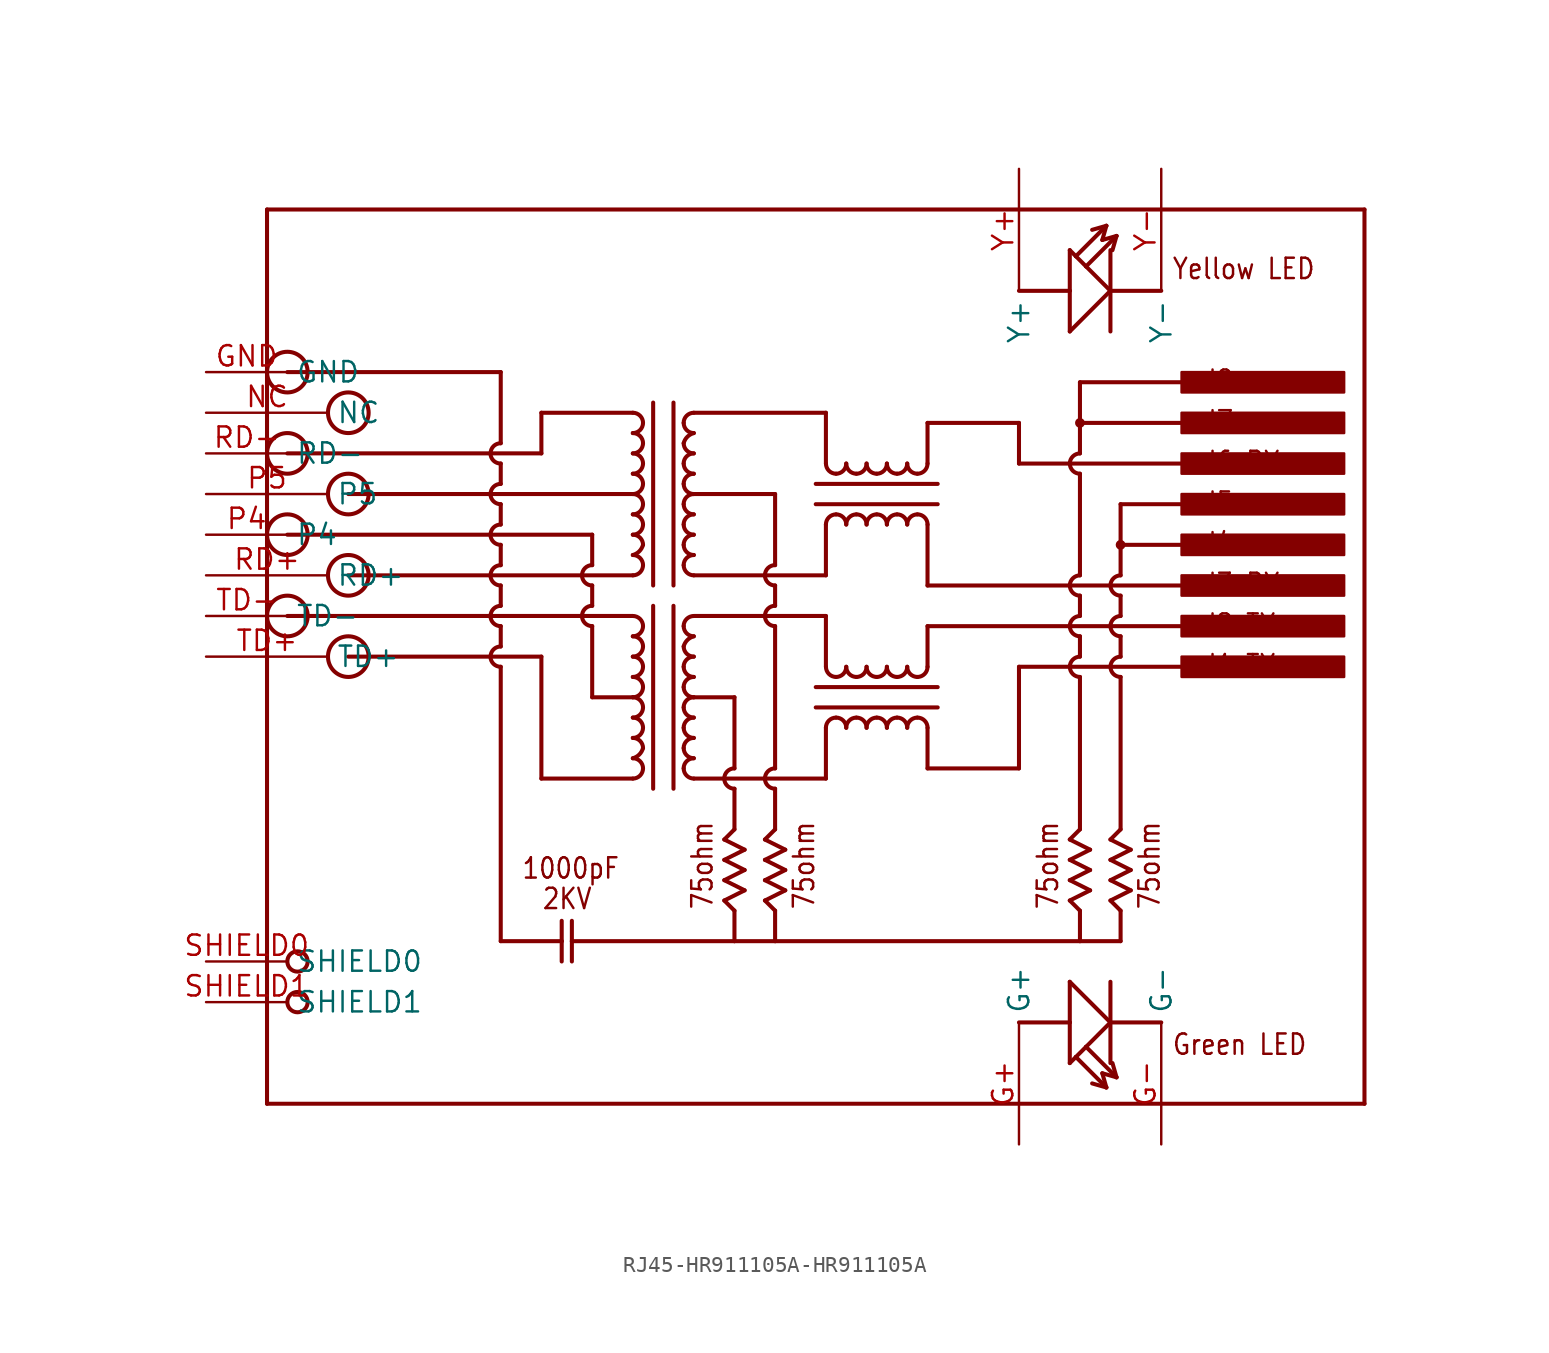
<source format=kicad_sym>
(kicad_symbol_lib
  (version 20220914)
  (generator kicad_symbol_editor)
  (symbol "RJ45-HR911105A-HR911105A"
    (property "Reference" "J"
      (at -38.1 24.13 0)
      (effects (font (size 1.778 1.511)) (justify left bottom) hide))
    (property "ki_locked" ""
      (at 0 0 0)
      (effects (font (size 1.27 1.27))))
    (symbol "RJ45-HR911105A-HR911105A_1_0"
      (circle (center -36.83 -1.27) (radius 1.27) (stroke (width 0.254) (type solid)) (fill (type none)))
      (circle (center -36.83 3.81) (radius 1.27) (stroke (width 0.254) (type solid)) (fill (type none)))
      (circle (center -36.83 8.89) (radius 1.27) (stroke (width 0.254) (type solid)) (fill (type none)))
      (circle (center -36.83 13.97) (radius 1.27) (stroke (width 0.254) (type solid)) (fill (type none)))
      (circle (center -36.195 -25.4) (radius 0.635) (stroke (width 0.254) (type solid)) (fill (type none)))
      (circle (center -36.195 -22.86) (radius 0.635) (stroke (width 0.254) (type solid)) (fill (type none)))
      (circle (center -33.02 -3.81) (radius 1.27) (stroke (width 0.254) (type solid)) (fill (type none)))
      (circle (center -33.02 1.27) (radius 1.27) (stroke (width 0.254) (type solid)) (fill (type none)))
      (circle (center -33.02 6.35) (radius 1.27) (stroke (width 0.254) (type solid)) (fill (type none)))
      (circle (center -33.02 11.43) (radius 1.27) (stroke (width 0.254) (type solid)) (fill (type none)))
      (arc (start -24.13 -3.81) (mid -23.944 -4.259) (end -23.495 -4.445) (stroke (width 0.254) (type solid)) (fill (type none)))
      (arc (start -24.13 -1.27) (mid -23.944 -1.719) (end -23.495 -1.905) (stroke (width 0.254) (type solid)) (fill (type none)))
      (arc (start -24.13 1.27) (mid -23.944 0.821) (end -23.495 0.635) (stroke (width 0.254) (type solid)) (fill (type none)))
      (arc (start -24.13 3.81) (mid -23.944 3.361) (end -23.495 3.175) (stroke (width 0.254) (type solid)) (fill (type none)))
      (arc (start -24.13 6.35) (mid -23.944 5.901) (end -23.495 5.715) (stroke (width 0.254) (type solid)) (fill (type none)))
      (arc (start -24.13 8.89) (mid -23.944 8.441) (end -23.495 8.255) (stroke (width 0.254) (type solid)) (fill (type none)))
      (arc (start -23.495 -3.175) (mid -23.944 -3.361) (end -24.13 -3.81) (stroke (width 0.254) (type solid)) (fill (type none)))
      (arc (start -23.495 -0.635) (mid -23.944 -0.821) (end -24.13 -1.27) (stroke (width 0.254) (type solid)) (fill (type none)))
      (arc (start -23.495 1.905) (mid -23.944 1.719) (end -24.13 1.27) (stroke (width 0.254) (type solid)) (fill (type none)))
      (arc (start -23.495 4.445) (mid -23.944 4.259) (end -24.13 3.81) (stroke (width 0.254) (type solid)) (fill (type none)))
      (arc (start -23.495 6.985) (mid -23.944 6.799) (end -24.13 6.35) (stroke (width 0.254) (type solid)) (fill (type none)))
      (arc (start -23.495 9.525) (mid -23.944 9.339) (end -24.13 8.89) (stroke (width 0.254) (type solid)) (fill (type none)))
      (arc (start -18.415 -1.27) (mid -18.229 -1.719) (end -17.78 -1.905) (stroke (width 0.254) (type solid)) (fill (type none)))
      (arc (start -18.415 1.27) (mid -18.229 0.821) (end -17.78 0.635) (stroke (width 0.254) (type solid)) (fill (type none)))
      (arc (start -17.78 -0.635) (mid -18.229 -0.821) (end -18.415 -1.27) (stroke (width 0.254) (type solid)) (fill (type none)))
      (arc (start -17.78 1.905) (mid -18.229 1.719) (end -18.415 1.27) (stroke (width 0.254) (type solid)) (fill (type none)))
      (arc (start -15.24 -11.43) (mid -14.791 -11.244) (end -14.605 -10.795) (stroke (width 0.254) (type solid)) (fill (type none)))
      (arc (start -15.24 -10.16) (mid -14.8374 -9.9276) (end -14.6049 -9.5251) (stroke (width 0.254) (type solid)) (fill (type none)))
      (arc (start -15.24 -8.89) (mid -14.791 -8.704) (end -14.605 -8.255) (stroke (width 0.254) (type solid)) (fill (type none)))
      (arc (start -15.24 -7.62) (mid -14.791 -7.434) (end -14.605 -6.985) (stroke (width 0.254) (type solid)) (fill (type none)))
      (arc (start -15.24 -6.35) (mid -14.791 -6.164) (end -14.605 -5.715) (stroke (width 0.254) (type solid)) (fill (type none)))
      (arc (start -15.24 -5.08) (mid -14.791 -4.894) (end -14.605 -4.445) (stroke (width 0.254) (type solid)) (fill (type none)))
      (arc (start -15.24 -3.81) (mid -14.791 -3.624) (end -14.605 -3.175) (stroke (width 0.254) (type solid)) (fill (type none)))
      (arc (start -15.24 -2.54) (mid -14.791 -2.354) (end -14.605 -1.905) (stroke (width 0.254) (type solid)) (fill (type none)))
      (arc (start -15.24 1.27) (mid -14.791 1.456) (end -14.605 1.905) (stroke (width 0.254) (type solid)) (fill (type none)))
      (arc (start -15.24 2.54) (mid -14.8374 2.7724) (end -14.605 3.1749) (stroke (width 0.254) (type solid)) (fill (type none)))
      (arc (start -15.24 3.81) (mid -14.791 3.996) (end -14.605 4.445) (stroke (width 0.254) (type solid)) (fill (type none)))
      (arc (start -15.24 5.08) (mid -14.791 5.266) (end -14.605 5.715) (stroke (width 0.254) (type solid)) (fill (type none)))
      (arc (start -15.24 6.35) (mid -14.791 6.536) (end -14.605 6.985) (stroke (width 0.254) (type solid)) (fill (type none)))
      (arc (start -15.24 7.62) (mid -14.791 7.806) (end -14.605 8.255) (stroke (width 0.254) (type solid)) (fill (type none)))
      (arc (start -15.24 8.89) (mid -14.791 9.076) (end -14.605 9.525) (stroke (width 0.254) (type solid)) (fill (type none)))
      (arc (start -15.24 10.16) (mid -14.791 10.346) (end -14.605 10.795) (stroke (width 0.254) (type solid)) (fill (type none)))
      (arc (start -14.605 -10.795) (mid -14.791 -10.346) (end -15.24 -10.16) (stroke (width 0.254) (type solid)) (fill (type none)))
      (arc (start -14.605 -9.525) (mid -14.791 -9.076) (end -15.24 -8.89) (stroke (width 0.254) (type solid)) (fill (type none)))
      (arc (start -14.605 -8.255) (mid -14.791 -7.806) (end -15.24 -7.62) (stroke (width 0.254) (type solid)) (fill (type none)))
      (arc (start -14.605 -6.985) (mid -14.791 -6.536) (end -15.24 -6.35) (stroke (width 0.254) (type solid)) (fill (type none)))
      (arc (start -14.605 -5.715) (mid -14.791 -5.266) (end -15.24 -5.08) (stroke (width 0.254) (type solid)) (fill (type none)))
      (arc (start -14.605 -4.445) (mid -14.791 -3.996) (end -15.24 -3.81) (stroke (width 0.254) (type solid)) (fill (type none)))
      (arc (start -14.605 -3.175) (mid -14.791 -2.726) (end -15.24 -2.54) (stroke (width 0.254) (type solid)) (fill (type none)))
      (arc (start -14.605 -1.905) (mid -14.791 -1.456) (end -15.24 -1.27) (stroke (width 0.254) (type solid)) (fill (type none)))
      (arc (start -14.605 1.905) (mid -14.791 2.354) (end -15.24 2.54) (stroke (width 0.254) (type solid)) (fill (type none)))
      (arc (start -14.605 3.175) (mid -14.791 3.624) (end -15.24 3.81) (stroke (width 0.254) (type solid)) (fill (type none)))
      (arc (start -14.605 4.445) (mid -14.791 4.894) (end -15.24 5.08) (stroke (width 0.254) (type solid)) (fill (type none)))
      (arc (start -14.605 5.715) (mid -14.791 6.164) (end -15.24 6.35) (stroke (width 0.254) (type solid)) (fill (type none)))
      (arc (start -14.605 6.985) (mid -14.791 7.434) (end -15.24 7.62) (stroke (width 0.254) (type solid)) (fill (type none)))
      (arc (start -14.605 8.255) (mid -14.791 8.704) (end -15.24 8.89) (stroke (width 0.254) (type solid)) (fill (type none)))
      (arc (start -14.605 9.525) (mid -14.791 9.974) (end -15.24 10.16) (stroke (width 0.254) (type solid)) (fill (type none)))
      (arc (start -14.605 10.795) (mid -14.791 11.244) (end -15.24 11.43) (stroke (width 0.254) (type solid)) (fill (type none)))
      (arc (start -12.065 -10.795) (mid -11.879 -11.244) (end -11.43 -11.43) (stroke (width 0.254) (type solid)) (fill (type none)))
      (arc (start -12.065 -9.525) (mid -11.879 -9.974) (end -11.43 -10.16) (stroke (width 0.254) (type solid)) (fill (type none)))
      (arc (start -12.065 -8.255) (mid -11.879 -8.704) (end -11.43 -8.89) (stroke (width 0.254) (type solid)) (fill (type none)))
      (arc (start -12.065 -6.985) (mid -11.879 -7.434) (end -11.43 -7.62) (stroke (width 0.254) (type solid)) (fill (type none)))
      (arc (start -12.065 -5.715) (mid -11.879 -6.164) (end -11.43 -6.35) (stroke (width 0.254) (type solid)) (fill (type none)))
      (arc (start -12.065 -4.445) (mid -11.879 -4.894) (end -11.43 -5.08) (stroke (width 0.254) (type solid)) (fill (type none)))
      (arc (start -12.065 -3.175) (mid -11.879 -3.624) (end -11.43 -3.81) (stroke (width 0.254) (type solid)) (fill (type none)))
      (arc (start -12.065 -1.905) (mid -11.879 -2.354) (end -11.43 -2.54) (stroke (width 0.254) (type solid)) (fill (type none)))
      (arc (start -12.065 1.905) (mid -11.879 1.456) (end -11.43 1.27) (stroke (width 0.254) (type solid)) (fill (type none)))
      (arc (start -12.065 3.175) (mid -11.879 2.726) (end -11.43 2.54) (stroke (width 0.254) (type solid)) (fill (type none)))
      (arc (start -12.065 4.445) (mid -11.879 3.996) (end -11.43 3.81) (stroke (width 0.254) (type solid)) (fill (type none)))
      (arc (start -12.065 5.715) (mid -11.879 5.266) (end -11.43 5.08) (stroke (width 0.254) (type solid)) (fill (type none)))
      (arc (start -12.065 6.985) (mid -11.879 6.536) (end -11.43 6.35) (stroke (width 0.254) (type solid)) (fill (type none)))
      (arc (start -12.065 8.255) (mid -11.879 7.806) (end -11.43 7.62) (stroke (width 0.254) (type solid)) (fill (type none)))
      (arc (start -12.065 9.525) (mid -11.879 9.076) (end -11.43 8.89) (stroke (width 0.254) (type solid)) (fill (type none)))
      (arc (start -12.065 10.795) (mid -11.879 10.346) (end -11.43 10.16) (stroke (width 0.254) (type solid)) (fill (type none)))
      (arc (start -11.43 -10.16) (mid -11.879 -10.346) (end -12.065 -10.795) (stroke (width 0.254) (type solid)) (fill (type none)))
      (arc (start -11.43 -8.89) (mid -11.879 -9.076) (end -12.065 -9.525) (stroke (width 0.254) (type solid)) (fill (type none)))
      (arc (start -11.43 -7.62) (mid -11.879 -7.806) (end -12.065 -8.255) (stroke (width 0.254) (type solid)) (fill (type none)))
      (arc (start -11.43 -6.35) (mid -11.879 -6.536) (end -12.065 -6.985) (stroke (width 0.254) (type solid)) (fill (type none)))
      (arc (start -11.43 -5.08) (mid -11.879 -5.266) (end -12.065 -5.715) (stroke (width 0.254) (type solid)) (fill (type none)))
      (arc (start -11.43 -3.81) (mid -11.879 -3.996) (end -12.065 -4.445) (stroke (width 0.254) (type solid)) (fill (type none)))
      (arc (start -11.43 -2.54) (mid -11.8325 -2.7724) (end -12.0649 -3.1749) (stroke (width 0.254) (type solid)) (fill (type none)))
      (arc (start -11.43 -1.27) (mid -11.879 -1.456) (end -12.065 -1.905) (stroke (width 0.254) (type solid)) (fill (type none)))
      (arc (start -11.43 2.54) (mid -11.879 2.354) (end -12.065 1.905) (stroke (width 0.254) (type solid)) (fill (type none)))
      (arc (start -11.43 3.81) (mid -11.879 3.624) (end -12.065 3.175) (stroke (width 0.254) (type solid)) (fill (type none)))
      (arc (start -11.43 5.08) (mid -11.879 4.894) (end -12.065 4.445) (stroke (width 0.254) (type solid)) (fill (type none)))
      (arc (start -11.43 6.35) (mid -11.879 6.164) (end -12.065 5.715) (stroke (width 0.254) (type solid)) (fill (type none)))
      (arc (start -11.43 7.62) (mid -11.879 7.434) (end -12.065 6.985) (stroke (width 0.254) (type solid)) (fill (type none)))
      (arc (start -11.43 8.89) (mid -11.879 8.704) (end -12.065 8.255) (stroke (width 0.254) (type solid)) (fill (type none)))
      (arc (start -11.43 10.16) (mid -11.8326 9.9276) (end -12.065 9.525) (stroke (width 0.254) (type solid)) (fill (type none)))
      (arc (start -11.43 11.43) (mid -11.879 11.244) (end -12.065 10.795) (stroke (width 0.254) (type solid)) (fill (type none)))
      (arc (start -9.525 -11.43) (mid -9.339 -11.879) (end -8.89 -12.065) (stroke (width 0.254) (type solid)) (fill (type none)))
      (arc (start -8.89 -10.795) (mid -9.339 -10.981) (end -9.525 -11.43) (stroke (width 0.254) (type solid)) (fill (type none)))
      (arc (start -6.985 -11.43) (mid -6.799 -11.879) (end -6.35 -12.065) (stroke (width 0.254) (type solid)) (fill (type none)))
      (arc (start -6.985 -1.27) (mid -6.799 -1.719) (end -6.35 -1.905) (stroke (width 0.254) (type solid)) (fill (type none)))
      (arc (start -6.985 1.27) (mid -6.799 0.821) (end -6.35 0.635) (stroke (width 0.254) (type solid)) (fill (type none)))
      (arc (start -6.35 -10.795) (mid -6.799 -10.981) (end -6.985 -11.43) (stroke (width 0.254) (type solid)) (fill (type none)))
      (arc (start -6.35 -0.635) (mid -6.799 -0.821) (end -6.985 -1.27) (stroke (width 0.254) (type solid)) (fill (type none)))
      (arc (start -6.35 1.905) (mid -6.799 1.719) (end -6.985 1.27) (stroke (width 0.254) (type solid)) (fill (type none)))
      (arc (start -3.175 -4.445) (mid -2.989 -4.894) (end -2.54 -5.08) (stroke (width 0.254) (type solid)) (fill (type none)))
      (arc (start -3.175 8.255) (mid -2.989 7.806) (end -2.54 7.62) (stroke (width 0.254) (type solid)) (fill (type none)))
      (arc (start -2.54 -7.62) (mid -2.989 -7.806) (end -3.175 -8.255) (stroke (width 0.254) (type solid)) (fill (type none)))
      (arc (start -2.54 -5.08) (mid -2.091 -4.894) (end -1.905 -4.445) (stroke (width 0.254) (type solid)) (fill (type none)))
      (arc (start -2.54 5.08) (mid -2.989 4.894) (end -3.175 4.445) (stroke (width 0.254) (type solid)) (fill (type none)))
      (arc (start -2.54 7.62) (mid -2.091 7.806) (end -1.905 8.255) (stroke (width 0.254) (type solid)) (fill (type none)))
      (arc (start -1.905 -8.255) (mid -2.091 -7.806) (end -2.54 -7.62) (stroke (width 0.254) (type solid)) (fill (type none)))
      (arc (start -1.905 -4.445) (mid -1.719 -4.894) (end -1.27 -5.08) (stroke (width 0.254) (type solid)) (fill (type none)))
      (arc (start -1.905 4.445) (mid -2.091 4.894) (end -2.54 5.08) (stroke (width 0.254) (type solid)) (fill (type none)))
      (arc (start -1.905 8.255) (mid -1.719 7.806) (end -1.27 7.62) (stroke (width 0.254) (type solid)) (fill (type none)))
      (arc (start -1.27 -7.62) (mid -1.719 -7.806) (end -1.905 -8.255) (stroke (width 0.254) (type solid)) (fill (type none)))
      (arc (start -1.27 -5.08) (mid -0.821 -4.894) (end -0.635 -4.445) (stroke (width 0.254) (type solid)) (fill (type none)))
      (arc (start -1.27 5.08) (mid -1.719 4.894) (end -1.905 4.445) (stroke (width 0.254) (type solid)) (fill (type none)))
      (arc (start -1.27 7.62) (mid -0.821 7.806) (end -0.635 8.255) (stroke (width 0.254) (type solid)) (fill (type none)))
      (arc (start -0.635 -8.255) (mid -0.821 -7.806) (end -1.27 -7.62) (stroke (width 0.254) (type solid)) (fill (type none)))
      (arc (start -0.635 -4.445) (mid -0.449 -4.894) (end 0 -5.08) (stroke (width 0.254) (type solid)) (fill (type none)))
      (arc (start -0.635 4.445) (mid -0.821 4.894) (end -1.27 5.08) (stroke (width 0.254) (type solid)) (fill (type none)))
      (arc (start -0.635 8.255) (mid -0.449 7.806) (end 0 7.62) (stroke (width 0.254) (type solid)) (fill (type none)))
      (arc (start 0 -7.62) (mid -0.449 -7.806) (end -0.635 -8.255) (stroke (width 0.254) (type solid)) (fill (type none)))
      (arc (start 0 -5.08) (mid 0.449 -4.894) (end 0.635 -4.445) (stroke (width 0.254) (type solid)) (fill (type none)))
      (polyline (pts (xy -38.1 -31.75) (xy -38.1 24.13)) (stroke (width 0.254) (type solid)) (fill (type none)))
      (polyline (pts (xy -38.1 24.13) (xy 30.48 24.13)) (stroke (width 0.254) (type solid)) (fill (type none)))
      (polyline (pts (xy -36.83 3.81) (xy -17.78 3.81)) (stroke (width 0.254) (type solid)) (fill (type none)))
      (polyline (pts (xy -36.83 8.89) (xy -20.955 8.89)) (stroke (width 0.254) (type solid)) (fill (type none)))
      (polyline (pts (xy -36.83 13.97) (xy -23.495 13.97)) (stroke (width 0.254) (type solid)) (fill (type none)))
      (polyline (pts (xy -33.02 1.27) (xy -18.415 1.27)) (stroke (width 0.254) (type solid)) (fill (type none)))
      (polyline (pts (xy -23.495 -21.59) (xy -23.495 -4.445)) (stroke (width 0.254) (type solid)) (fill (type none)))
      (polyline (pts (xy -23.495 -3.175) (xy -23.495 -1.905)) (stroke (width 0.254) (type solid)) (fill (type none)))
      (polyline (pts (xy -23.495 -0.635) (xy -23.495 0.635)) (stroke (width 0.254) (type solid)) (fill (type none)))
      (polyline (pts (xy -23.495 1.905) (xy -23.495 3.175)) (stroke (width 0.254) (type solid)) (fill (type none)))
      (polyline (pts (xy -23.495 4.445) (xy -23.495 5.715)) (stroke (width 0.254) (type solid)) (fill (type none)))
      (polyline (pts (xy -23.495 6.985) (xy -23.495 8.255)) (stroke (width 0.254) (type solid)) (fill (type none)))
      (polyline (pts (xy -23.495 13.97) (xy -23.495 9.525)) (stroke (width 0.254) (type solid)) (fill (type none)))
      (polyline (pts (xy -20.955 -11.43) (xy -20.955 -3.81)) (stroke (width 0.254) (type solid)) (fill (type none)))
      (polyline (pts (xy -20.955 -3.81) (xy -33.02 -3.81)) (stroke (width 0.254) (type solid)) (fill (type none)))
      (polyline (pts (xy -20.955 8.89) (xy -20.955 11.43)) (stroke (width 0.254) (type solid)) (fill (type none)))
      (polyline (pts (xy -19.685 -21.59) (xy -23.495 -21.59)) (stroke (width 0.254) (type solid)) (fill (type none)))
      (polyline (pts (xy -19.685 -21.59) (xy -19.685 -22.86)) (stroke (width 0.254) (type solid)) (fill (type none)))
      (polyline (pts (xy -19.685 -20.32) (xy -19.685 -21.59)) (stroke (width 0.254) (type solid)) (fill (type none)))
      (polyline (pts (xy -19.05 -21.59) (xy -19.05 -22.86)) (stroke (width 0.254) (type solid)) (fill (type none)))
      (polyline (pts (xy -19.05 -21.59) (xy -19.05 -20.32)) (stroke (width 0.254) (type solid)) (fill (type none)))
      (polyline (pts (xy -18.415 -1.27) (xy -36.83 -1.27)) (stroke (width 0.254) (type solid)) (fill (type none)))
      (polyline (pts (xy -18.415 1.27) (xy -15.24 1.27)) (stroke (width 0.254) (type solid)) (fill (type none)))
      (polyline (pts (xy -17.78 -6.35) (xy -15.24 -6.35)) (stroke (width 0.254) (type solid)) (fill (type none)))
      (polyline (pts (xy -17.78 -1.905) (xy -17.78 -6.35)) (stroke (width 0.254) (type solid)) (fill (type none)))
      (polyline (pts (xy -17.78 0.635) (xy -17.78 -0.635)) (stroke (width 0.254) (type solid)) (fill (type none)))
      (polyline (pts (xy -17.78 3.81) (xy -17.78 1.905)) (stroke (width 0.254) (type solid)) (fill (type none)))
      (polyline (pts (xy -15.24 -11.43) (xy -20.955 -11.43)) (stroke (width 0.254) (type solid)) (fill (type none)))
      (polyline (pts (xy -15.24 -1.27) (xy -18.415 -1.27)) (stroke (width 0.254) (type solid)) (fill (type none)))
      (polyline (pts (xy -15.24 6.35) (xy -33.02 6.35)) (stroke (width 0.254) (type solid)) (fill (type none)))
      (polyline (pts (xy -15.24 11.43) (xy -20.955 11.43)) (stroke (width 0.254) (type solid)) (fill (type none)))
      (polyline (pts (xy -13.97 -0.635) (xy -13.97 -12.065)) (stroke (width 0.254) (type solid)) (fill (type none)))
      (polyline (pts (xy -13.97 12.065) (xy -13.97 0.635)) (stroke (width 0.254) (type solid)) (fill (type none)))
      (polyline (pts (xy -12.7 -0.635) (xy -12.7 -12.065)) (stroke (width 0.254) (type solid)) (fill (type none)))
      (polyline (pts (xy -12.7 12.065) (xy -12.7 0.635)) (stroke (width 0.254) (type solid)) (fill (type none)))
      (polyline (pts (xy -11.43 -11.43) (xy -6.985 -11.43)) (stroke (width 0.254) (type solid)) (fill (type none)))
      (polyline (pts (xy -11.43 1.27) (xy -6.985 1.27)) (stroke (width 0.254) (type solid)) (fill (type none)))
      (polyline (pts (xy -11.43 6.35) (xy -6.35 6.35)) (stroke (width 0.254) (type solid)) (fill (type none)))
      (polyline (pts (xy -9.525 -19.05) (xy -8.89 -19.685)) (stroke (width 0.254) (type solid)) (fill (type none)))
      (polyline (pts (xy -9.525 -17.78) (xy -8.255 -18.415)) (stroke (width 0.254) (type solid)) (fill (type none)))
      (polyline (pts (xy -9.525 -16.51) (xy -8.255 -17.145)) (stroke (width 0.254) (type solid)) (fill (type none)))
      (polyline (pts (xy -9.525 -15.24) (xy -8.255 -15.875)) (stroke (width 0.254) (type solid)) (fill (type none)))
      (polyline (pts (xy -8.89 -21.59) (xy -19.05 -21.59)) (stroke (width 0.254) (type solid)) (fill (type none)))
      (polyline (pts (xy -8.89 -19.685) (xy -8.89 -21.59)) (stroke (width 0.254) (type solid)) (fill (type none)))
      (polyline (pts (xy -8.89 -14.605) (xy -9.525 -15.24)) (stroke (width 0.254) (type solid)) (fill (type none)))
      (polyline (pts (xy -8.89 -12.065) (xy -8.89 -14.605)) (stroke (width 0.254) (type solid)) (fill (type none)))
      (polyline (pts (xy -8.89 -10.795) (xy -8.89 -6.35)) (stroke (width 0.254) (type solid)) (fill (type none)))
      (polyline (pts (xy -8.89 -6.35) (xy -11.43 -6.35)) (stroke (width 0.254) (type solid)) (fill (type none)))
      (polyline (pts (xy -8.255 -18.415) (xy -9.525 -19.05)) (stroke (width 0.254) (type solid)) (fill (type none)))
      (polyline (pts (xy -8.255 -17.145) (xy -9.525 -17.78)) (stroke (width 0.254) (type solid)) (fill (type none)))
      (polyline (pts (xy -8.255 -15.875) (xy -9.525 -16.51)) (stroke (width 0.254) (type solid)) (fill (type none)))
      (polyline (pts (xy -6.985 -19.05) (xy -6.35 -19.685)) (stroke (width 0.254) (type solid)) (fill (type none)))
      (polyline (pts (xy -6.985 -17.78) (xy -5.715 -18.415)) (stroke (width 0.254) (type solid)) (fill (type none)))
      (polyline (pts (xy -6.985 -16.51) (xy -5.715 -17.145)) (stroke (width 0.254) (type solid)) (fill (type none)))
      (polyline (pts (xy -6.985 -15.24) (xy -5.715 -15.875)) (stroke (width 0.254) (type solid)) (fill (type none)))
      (polyline (pts (xy -6.985 -11.43) (xy -3.175 -11.43)) (stroke (width 0.254) (type solid)) (fill (type none)))
      (polyline (pts (xy -6.985 -1.27) (xy -11.43 -1.27)) (stroke (width 0.254) (type solid)) (fill (type none)))
      (polyline (pts (xy -6.985 1.27) (xy -3.175 1.27)) (stroke (width 0.254) (type solid)) (fill (type none)))
      (polyline (pts (xy -6.35 -21.59) (xy -8.89 -21.59)) (stroke (width 0.254) (type solid)) (fill (type none)))
      (polyline (pts (xy -6.35 -19.685) (xy -6.35 -21.59)) (stroke (width 0.254) (type solid)) (fill (type none)))
      (polyline (pts (xy -6.35 -14.605) (xy -6.985 -15.24)) (stroke (width 0.254) (type solid)) (fill (type none)))
      (polyline (pts (xy -6.35 -12.065) (xy -6.35 -14.605)) (stroke (width 0.254) (type solid)) (fill (type none)))
      (polyline (pts (xy -6.35 -1.905) (xy -6.35 -10.795)) (stroke (width 0.254) (type solid)) (fill (type none)))
      (polyline (pts (xy -6.35 0.635) (xy -6.35 -0.635)) (stroke (width 0.254) (type solid)) (fill (type none)))
      (polyline (pts (xy -6.35 6.35) (xy -6.35 1.905)) (stroke (width 0.254) (type solid)) (fill (type none)))
      (polyline (pts (xy -5.715 -18.415) (xy -6.985 -19.05)) (stroke (width 0.254) (type solid)) (fill (type none)))
      (polyline (pts (xy -5.715 -17.145) (xy -6.985 -17.78)) (stroke (width 0.254) (type solid)) (fill (type none)))
      (polyline (pts (xy -5.715 -15.875) (xy -6.985 -16.51)) (stroke (width 0.254) (type solid)) (fill (type none)))
      (polyline (pts (xy -3.81 -6.985) (xy 3.81 -6.985)) (stroke (width 0.254) (type solid)) (fill (type none)))
      (polyline (pts (xy -3.81 -5.715) (xy 3.81 -5.715)) (stroke (width 0.254) (type solid)) (fill (type none)))
      (polyline (pts (xy -3.81 5.715) (xy 3.81 5.715)) (stroke (width 0.254) (type solid)) (fill (type none)))
      (polyline (pts (xy -3.81 6.985) (xy 3.81 6.985)) (stroke (width 0.254) (type solid)) (fill (type none)))
      (polyline (pts (xy -3.175 -11.43) (xy -3.175 -8.255)) (stroke (width 0.254) (type solid)) (fill (type none)))
      (polyline (pts (xy -3.175 -4.445) (xy -3.175 -1.27)) (stroke (width 0.254) (type solid)) (fill (type none)))
      (polyline (pts (xy -3.175 -1.27) (xy -6.985 -1.27)) (stroke (width 0.254) (type solid)) (fill (type none)))
      (polyline (pts (xy -3.175 1.27) (xy -3.175 4.445)) (stroke (width 0.254) (type solid)) (fill (type none)))
      (polyline (pts (xy -3.175 8.255) (xy -3.175 11.43)) (stroke (width 0.254) (type solid)) (fill (type none)))
      (polyline (pts (xy -3.175 11.43) (xy -11.43 11.43)) (stroke (width 0.254) (type solid)) (fill (type none)))
      (polyline (pts (xy 3.175 -8.255) (xy 3.175 -10.795)) (stroke (width 0.254) (type solid)) (fill (type none)))
      (polyline (pts (xy 3.175 -1.905) (xy 3.175 -4.445)) (stroke (width 0.254) (type solid)) (fill (type none)))
      (polyline (pts (xy 3.175 4.445) (xy 3.175 0.635)) (stroke (width 0.254) (type solid)) (fill (type none)))
      (polyline (pts (xy 3.175 10.795) (xy 3.175 8.255)) (stroke (width 0.254) (type solid)) (fill (type none)))
      (polyline (pts (xy 8.89 -10.795) (xy 3.175 -10.795)) (stroke (width 0.254) (type solid)) (fill (type none)))
      (polyline (pts (xy 8.89 -4.445) (xy 8.89 -10.795)) (stroke (width 0.254) (type solid)) (fill (type none)))
      (polyline (pts (xy 8.89 8.255) (xy 8.89 10.795)) (stroke (width 0.254) (type solid)) (fill (type none)))
      (polyline (pts (xy 8.89 10.795) (xy 3.175 10.795)) (stroke (width 0.254) (type solid)) (fill (type none)))
      (polyline (pts (xy 12.065 -29.21) (xy 12.065 -26.67)) (stroke (width 0.254) (type solid)) (fill (type none)))
      (polyline (pts (xy 12.065 -26.67) (xy 8.89 -26.67)) (stroke (width 0.254) (type solid)) (fill (type none)))
      (polyline (pts (xy 12.065 -26.67) (xy 12.065 -24.13)) (stroke (width 0.254) (type solid)) (fill (type none)))
      (polyline (pts (xy 12.065 -24.13) (xy 14.605 -26.67)) (stroke (width 0.254) (type solid)) (fill (type none)))
      (polyline (pts (xy 12.065 -19.05) (xy 12.7 -19.685)) (stroke (width 0.254) (type solid)) (fill (type none)))
      (polyline (pts (xy 12.065 -17.78) (xy 13.335 -18.415)) (stroke (width 0.254) (type solid)) (fill (type none)))
      (polyline (pts (xy 12.065 -16.51) (xy 13.335 -17.145)) (stroke (width 0.254) (type solid)) (fill (type none)))
      (polyline (pts (xy 12.065 -15.24) (xy 13.335 -15.875)) (stroke (width 0.254) (type solid)) (fill (type none)))
      (polyline (pts (xy 12.065 16.51) (xy 14.605 19.05)) (stroke (width 0.254) (type solid)) (fill (type none)))
      (polyline (pts (xy 12.065 19.05) (xy 8.89 19.05)) (stroke (width 0.254) (type solid)) (fill (type none)))
      (polyline (pts (xy 12.065 19.05) (xy 12.065 16.51)) (stroke (width 0.254) (type solid)) (fill (type none)))
      (polyline (pts (xy 12.065 21.59) (xy 12.065 19.05)) (stroke (width 0.254) (type solid)) (fill (type none)))
      (polyline (pts (xy 12.446 -28.829) (xy 12.065 -29.21)) (stroke (width 0.254) (type solid)) (fill (type none)))
      (polyline (pts (xy 12.446 -28.829) (xy 14.351 -30.734)) (stroke (width 0.254) (type solid)) (fill (type none)))
      (polyline (pts (xy 12.446 21.209) (xy 12.065 21.59)) (stroke (width 0.254) (type solid)) (fill (type none)))
      (polyline (pts (xy 12.446 21.209) (xy 14.351 23.114)) (stroke (width 0.254) (type solid)) (fill (type none)))
      (polyline (pts (xy 12.7 -21.59) (xy -6.35 -21.59)) (stroke (width 0.254) (type solid)) (fill (type none)))
      (polyline (pts (xy 12.7 -19.685) (xy 12.7 -21.59)) (stroke (width 0.254) (type solid)) (fill (type none)))
      (polyline (pts (xy 12.7 -14.605) (xy 12.065 -15.24)) (stroke (width 0.254) (type solid)) (fill (type none)))
      (polyline (pts (xy 12.7 -5.08) (xy 12.7 -14.605)) (stroke (width 0.254) (type solid)) (fill (type none)))
      (polyline (pts (xy 12.7 -2.54) (xy 12.7 -3.81)) (stroke (width 0.254) (type solid)) (fill (type none)))
      (polyline (pts (xy 12.7 0) (xy 12.7 -1.27)) (stroke (width 0.254) (type solid)) (fill (type none)))
      (polyline (pts (xy 12.7 7.62) (xy 12.7 1.27)) (stroke (width 0.254) (type solid)) (fill (type none)))
      (polyline (pts (xy 12.7 10.795) (xy 12.7 8.89)) (stroke (width 0.254) (type solid)) (fill (type none)))
      (polyline (pts (xy 12.7 10.795) (xy 19.685 10.795)) (stroke (width 0.254) (type solid)) (fill (type none)))
      (polyline (pts (xy 12.7 13.335) (xy 12.7 10.795)) (stroke (width 0.254) (type solid)) (fill (type none)))
      (polyline (pts (xy 13.081 -28.194) (xy 12.446 -28.829)) (stroke (width 0.254) (type solid)) (fill (type none)))
      (polyline (pts (xy 13.081 -28.194) (xy 14.986 -30.099)) (stroke (width 0.254) (type solid)) (fill (type none)))
      (polyline (pts (xy 13.081 20.574) (xy 12.446 21.209)) (stroke (width 0.254) (type solid)) (fill (type none)))
      (polyline (pts (xy 13.081 20.574) (xy 14.986 22.479)) (stroke (width 0.254) (type solid)) (fill (type none)))
      (polyline (pts (xy 13.335 -18.415) (xy 12.065 -19.05)) (stroke (width 0.254) (type solid)) (fill (type none)))
      (polyline (pts (xy 13.335 -17.145) (xy 12.065 -17.78)) (stroke (width 0.254) (type solid)) (fill (type none)))
      (polyline (pts (xy 13.335 -15.875) (xy 12.065 -16.51)) (stroke (width 0.254) (type solid)) (fill (type none)))
      (polyline (pts (xy 14.351 -30.734) (xy 13.462 -30.48)) (stroke (width 0.254) (type solid)) (fill (type none)))
      (polyline (pts (xy 14.351 -30.734) (xy 14.097 -29.845)) (stroke (width 0.254) (type solid)) (fill (type none)))
      (polyline (pts (xy 14.351 23.114) (xy 13.462 22.86)) (stroke (width 0.254) (type solid)) (fill (type none)))
      (polyline (pts (xy 14.351 23.114) (xy 14.097 22.225)) (stroke (width 0.254) (type solid)) (fill (type none)))
      (polyline (pts (xy 14.605 -29.21) (xy 14.605 -26.67)) (stroke (width 0.254) (type solid)) (fill (type none)))
      (polyline (pts (xy 14.605 -26.67) (xy 13.081 -28.194)) (stroke (width 0.254) (type solid)) (fill (type none)))
      (polyline (pts (xy 14.605 -26.67) (xy 14.605 -24.13)) (stroke (width 0.254) (type solid)) (fill (type none)))
      (polyline (pts (xy 14.605 -26.67) (xy 17.78 -26.67)) (stroke (width 0.254) (type solid)) (fill (type none)))
      (polyline (pts (xy 14.605 -19.05) (xy 15.24 -19.685)) (stroke (width 0.254) (type solid)) (fill (type none)))
      (polyline (pts (xy 14.605 -17.78) (xy 15.875 -18.415)) (stroke (width 0.254) (type solid)) (fill (type none)))
      (polyline (pts (xy 14.605 -16.51) (xy 15.875 -17.145)) (stroke (width 0.254) (type solid)) (fill (type none)))
      (polyline (pts (xy 14.605 -15.24) (xy 15.875 -15.875)) (stroke (width 0.254) (type solid)) (fill (type none)))
      (polyline (pts (xy 14.605 19.05) (xy 13.081 20.574)) (stroke (width 0.254) (type solid)) (fill (type none)))
      (polyline (pts (xy 14.605 19.05) (xy 14.605 16.51)) (stroke (width 0.254) (type solid)) (fill (type none)))
      (polyline (pts (xy 14.605 19.05) (xy 17.78 19.05)) (stroke (width 0.254) (type solid)) (fill (type none)))
      (polyline (pts (xy 14.605 21.59) (xy 14.605 19.05)) (stroke (width 0.254) (type solid)) (fill (type none)))
      (polyline (pts (xy 14.986 -30.099) (xy 14.097 -29.845)) (stroke (width 0.254) (type solid)) (fill (type none)))
      (polyline (pts (xy 14.986 -30.099) (xy 14.732 -29.21)) (stroke (width 0.254) (type solid)) (fill (type none)))
      (polyline (pts (xy 14.986 22.479) (xy 14.097 22.225)) (stroke (width 0.254) (type solid)) (fill (type none)))
      (polyline (pts (xy 14.986 22.479) (xy 14.732 21.59)) (stroke (width 0.254) (type solid)) (fill (type none)))
      (polyline (pts (xy 15.24 -21.59) (xy 12.7 -21.59)) (stroke (width 0.254) (type solid)) (fill (type none)))
      (polyline (pts (xy 15.24 -19.685) (xy 15.24 -21.59)) (stroke (width 0.254) (type solid)) (fill (type none)))
      (polyline (pts (xy 15.24 -14.605) (xy 14.605 -15.24)) (stroke (width 0.254) (type solid)) (fill (type none)))
      (polyline (pts (xy 15.24 -5.08) (xy 15.24 -14.605)) (stroke (width 0.254) (type solid)) (fill (type none)))
      (polyline (pts (xy 15.24 -2.54) (xy 15.24 -3.81)) (stroke (width 0.254) (type solid)) (fill (type none)))
      (polyline (pts (xy 15.24 0) (xy 15.24 -1.27)) (stroke (width 0.254) (type solid)) (fill (type none)))
      (polyline (pts (xy 15.24 3.175) (xy 15.24 1.27)) (stroke (width 0.254) (type solid)) (fill (type none)))
      (polyline (pts (xy 15.24 3.175) (xy 19.685 3.175)) (stroke (width 0.254) (type solid)) (fill (type none)))
      (polyline (pts (xy 15.24 5.715) (xy 15.24 3.175)) (stroke (width 0.254) (type solid)) (fill (type none)))
      (polyline (pts (xy 15.875 -18.415) (xy 14.605 -19.05)) (stroke (width 0.254) (type solid)) (fill (type none)))
      (polyline (pts (xy 15.875 -17.145) (xy 14.605 -17.78)) (stroke (width 0.254) (type solid)) (fill (type none)))
      (polyline (pts (xy 15.875 -15.875) (xy 14.605 -16.51)) (stroke (width 0.254) (type solid)) (fill (type none)))
      (polyline (pts (xy 19.685 -4.445) (xy 8.89 -4.445)) (stroke (width 0.254) (type solid)) (fill (type none)))
      (polyline (pts (xy 19.685 -1.905) (xy 3.175 -1.905)) (stroke (width 0.254) (type solid)) (fill (type none)))
      (polyline (pts (xy 19.685 0.635) (xy 3.175 0.635)) (stroke (width 0.254) (type solid)) (fill (type none)))
      (polyline (pts (xy 19.685 5.715) (xy 15.24 5.715)) (stroke (width 0.254) (type solid)) (fill (type none)))
      (polyline (pts (xy 19.685 8.255) (xy 8.89 8.255)) (stroke (width 0.254) (type solid)) (fill (type none)))
      (polyline (pts (xy 19.685 13.335) (xy 12.7 13.335)) (stroke (width 0.254) (type solid)) (fill (type none)))
      (polyline (pts (xy 30.48 -31.75) (xy -38.1 -31.75)) (stroke (width 0.254) (type solid)) (fill (type none)))
      (polyline (pts (xy 30.48 24.13) (xy 30.48 -31.75)) (stroke (width 0.254) (type solid)) (fill (type none)))
      (arc (start 0 5.08) (mid -0.449 4.894) (end -0.635 4.445) (stroke (width 0.254) (type solid)) (fill (type none)))
      (arc (start 0 7.62) (mid 0.449 7.806) (end 0.635 8.255) (stroke (width 0.254) (type solid)) (fill (type none)))
      (arc (start 0.635 -8.255) (mid 0.449 -7.806) (end 0 -7.62) (stroke (width 0.254) (type solid)) (fill (type none)))
      (arc (start 0.635 -4.445) (mid 0.821 -4.894) (end 1.27 -5.08) (stroke (width 0.254) (type solid)) (fill (type none)))
      (arc (start 0.635 4.445) (mid 0.449 4.894) (end 0 5.08) (stroke (width 0.254) (type solid)) (fill (type none)))
      (arc (start 0.635 8.255) (mid 0.821 7.806) (end 1.27 7.62) (stroke (width 0.254) (type solid)) (fill (type none)))
      (arc (start 1.27 -7.62) (mid 0.821 -7.806) (end 0.635 -8.255) (stroke (width 0.254) (type solid)) (fill (type none)))
      (arc (start 1.27 -5.08) (mid 1.719 -4.894) (end 1.905 -4.445) (stroke (width 0.254) (type solid)) (fill (type none)))
      (arc (start 1.27 5.08) (mid 0.821 4.894) (end 0.635 4.445) (stroke (width 0.254) (type solid)) (fill (type none)))
      (arc (start 1.27 7.62) (mid 1.719 7.806) (end 1.905 8.255) (stroke (width 0.254) (type solid)) (fill (type none)))
      (arc (start 1.905 -8.255) (mid 1.719 -7.806) (end 1.27 -7.62) (stroke (width 0.254) (type solid)) (fill (type none)))
      (arc (start 1.905 -4.445) (mid 2.091 -4.894) (end 2.54 -5.08) (stroke (width 0.254) (type solid)) (fill (type none)))
      (arc (start 1.905 4.445) (mid 1.719 4.894) (end 1.27 5.08) (stroke (width 0.254) (type solid)) (fill (type none)))
      (arc (start 1.905 8.255) (mid 2.091 7.806) (end 2.54 7.62) (stroke (width 0.254) (type solid)) (fill (type none)))
      (arc (start 2.54 -7.62) (mid 2.091 -7.806) (end 1.905 -8.255) (stroke (width 0.254) (type solid)) (fill (type none)))
      (arc (start 2.54 -5.08) (mid 2.989 -4.894) (end 3.175 -4.445) (stroke (width 0.254) (type solid)) (fill (type none)))
      (arc (start 2.54 5.08) (mid 2.091 4.894) (end 1.905 4.445) (stroke (width 0.254) (type solid)) (fill (type none)))
      (arc (start 2.54 7.62) (mid 2.989 7.806) (end 3.175 8.255) (stroke (width 0.254) (type solid)) (fill (type none)))
      (arc (start 3.175 -8.255) (mid 2.989 -7.806) (end 2.54 -7.62) (stroke (width 0.254) (type solid)) (fill (type none)))
      (arc (start 3.175 4.445) (mid 2.989 4.894) (end 2.54 5.08) (stroke (width 0.254) (type solid)) (fill (type none)))
      (arc (start 12.065 -4.445) (mid 12.251 -4.894) (end 12.7 -5.08) (stroke (width 0.254) (type solid)) (fill (type none)))
      (arc (start 12.065 -1.905) (mid 12.251 -2.354) (end 12.7 -2.54) (stroke (width 0.254) (type solid)) (fill (type none)))
      (arc (start 12.065 0.635) (mid 12.251 0.186) (end 12.7 0) (stroke (width 0.254) (type solid)) (fill (type none)))
      (arc (start 12.065 8.255) (mid 12.251 7.806) (end 12.7 7.62) (stroke (width 0.254) (type solid)) (fill (type none)))
      (arc (start 12.7 -3.81) (mid 12.251 -3.996) (end 12.065 -4.445) (stroke (width 0.254) (type solid)) (fill (type none)))
      (arc (start 12.7 -1.27) (mid 12.251 -1.456) (end 12.065 -1.905) (stroke (width 0.254) (type solid)) (fill (type none)))
      (arc (start 12.7 1.27) (mid 12.251 1.084) (end 12.065 0.635) (stroke (width 0.254) (type solid)) (fill (type none)))
      (arc (start 12.7 8.89) (mid 12.251 8.704) (end 12.065 8.255) (stroke (width 0.254) (type solid)) (fill (type none)))
      (circle (center 12.7 10.795) (radius 0.18) (stroke (width 0.254) (type solid)) (fill (type none)))
      (arc (start 14.605 -4.445) (mid 14.791 -4.894) (end 15.24 -5.08) (stroke (width 0.254) (type solid)) (fill (type none)))
      (arc (start 14.605 -1.905) (mid 14.791 -2.354) (end 15.24 -2.54) (stroke (width 0.254) (type solid)) (fill (type none)))
      (arc (start 14.605 0.635) (mid 14.791 0.186) (end 15.24 0) (stroke (width 0.254) (type solid)) (fill (type none)))
      (arc (start 15.24 -3.81) (mid 14.791 -3.996) (end 14.605 -4.445) (stroke (width 0.254) (type solid)) (fill (type none)))
      (arc (start 15.24 -1.27) (mid 14.791 -1.456) (end 14.605 -1.905) (stroke (width 0.254) (type solid)) (fill (type none)))
      (arc (start 15.24 1.27) (mid 14.791 1.084) (end 14.605 0.635) (stroke (width 0.254) (type solid)) (fill (type none)))
      (circle (center 15.24 3.175) (radius 0.18) (stroke (width 0.254) (type solid)) (fill (type none)))
      (rectangle (start 19.05 -5.08) (end 29.21 -3.81) (stroke (width 0) (type default)) (fill (type outline)))
      (rectangle (start 19.05 -2.54) (end 29.21 -1.27) (stroke (width 0) (type default)) (fill (type outline)))
      (rectangle (start 19.05 0) (end 29.21 1.27) (stroke (width 0) (type default)) (fill (type outline)))
      (rectangle (start 19.05 2.54) (end 29.21 3.81) (stroke (width 0) (type default)) (fill (type outline)))
      (rectangle (start 19.05 5.08) (end 29.21 6.35) (stroke (width 0) (type default)) (fill (type outline)))
      (rectangle (start 19.05 7.62) (end 29.21 8.89) (stroke (width 0) (type default)) (fill (type outline)))
      (rectangle (start 19.05 10.16) (end 29.21 11.43) (stroke (width 0) (type default)) (fill (type outline)))
      (rectangle (start 19.05 12.7) (end 29.21 13.97) (stroke (width 0) (type default)) (fill (type outline)))
      (text "1000pF" (at -22.225 -17.78 0) (effects (font (size 1.27 1.079)) (justify left bottom)))
      (text "2KV" (at -20.955 -19.685 0) (effects (font (size 1.27 1.079)) (justify left bottom)))
      (text "75ohm" (at -10.16 -19.685 900) (effects (font (size 1.27 1.079)) (justify left bottom)))
      (text "75ohm" (at -3.81 -19.685 900) (effects (font (size 1.27 1.079)) (justify left bottom)))
      (text "75ohm" (at 11.43 -19.685 900) (effects (font (size 1.27 1.079)) (justify left bottom)))
      (text "75ohm" (at 17.78 -19.685 900) (effects (font (size 1.27 1.079)) (justify left bottom)))
      (text "Green LED" (at 18.415 -27.305 0) (effects (font (size 1.27 1.079)) (justify left top)))
      (text "J1 TX+" (at 20.32 -5.08 0) (effects (font (size 1.27 1.079)) (justify left bottom)))
      (text "J2 TX-" (at 20.32 -2.54 0) (effects (font (size 1.27 1.079)) (justify left bottom)))
      (text "J3 RX+" (at 20.32 0 0) (effects (font (size 1.27 1.079)) (justify left bottom)))
      (text "J4" (at 20.32 2.54 0) (effects (font (size 1.27 1.079)) (justify left bottom)))
      (text "J5" (at 20.32 5.08 0) (effects (font (size 1.27 1.079)) (justify left bottom)))
      (text "J6 RX-" (at 20.32 7.62 0) (effects (font (size 1.27 1.079)) (justify left bottom)))
      (text "J7" (at 20.32 10.16 0) (effects (font (size 1.27 1.079)) (justify left bottom)))
      (text "J8" (at 20.32 12.7 0) (effects (font (size 1.27 1.079)) (justify left bottom)))
      (text "Yellow LED" (at 18.415 19.685 0) (effects (font (size 1.27 1.079)) (justify left bottom)))
      (pin bidirectional line (at 8.89 -34.29 90) (length 7.62) (name "G+" (effects (font (size 1.27 1.27)))) (number "G+" (effects (font (size 1.27 1.27)))))
      (pin bidirectional line (at 17.78 -34.29 90) (length 7.62) (name "G-" (effects (font (size 1.27 1.27)))) (number "G-" (effects (font (size 1.27 1.27)))))
      (pin bidirectional line (at -41.91 13.97 0) (length 5.08) (name "GND" (effects (font (size 1.27 1.27)))) (number "GND" (effects (font (size 1.27 1.27)))))
      (pin bidirectional line (at -41.91 11.43 0) (length 7.62) (name "NC" (effects (font (size 1.27 1.27)))) (number "NC" (effects (font (size 1.27 1.27)))))
      (pin bidirectional line (at -41.91 3.81 0) (length 5.08) (name "P4" (effects (font (size 1.27 1.27)))) (number "P4" (effects (font (size 1.27 1.27)))))
      (pin bidirectional line (at -41.91 6.35 0) (length 7.62) (name "P5" (effects (font (size 1.27 1.27)))) (number "P5" (effects (font (size 1.27 1.27)))))
      (pin bidirectional line (at -41.91 1.27 0) (length 7.62) (name "RD+" (effects (font (size 1.27 1.27)))) (number "RD+" (effects (font (size 1.27 1.27)))))
      (pin bidirectional line (at -41.91 8.89 0) (length 5.08) (name "RD-" (effects (font (size 1.27 1.27)))) (number "RD-" (effects (font (size 1.27 1.27)))))
      (pin bidirectional line (at -41.91 -22.86 0) (length 5.08) (name "SHIELD0" (effects (font (size 1.27 1.27)))) (number "SHIELD0" (effects (font (size 1.27 1.27)))))
      (pin bidirectional line (at -41.91 -25.4 0) (length 5.08) (name "SHIELD1" (effects (font (size 1.27 1.27)))) (number "SHIELD1" (effects (font (size 1.27 1.27)))))
      (pin bidirectional line (at -41.91 -3.81 0) (length 7.62) (name "TD+" (effects (font (size 1.27 1.27)))) (number "TD+" (effects (font (size 1.27 1.27)))))
      (pin bidirectional line (at -41.91 -1.27 0) (length 5.08) (name "TD-" (effects (font (size 1.27 1.27)))) (number "TD-" (effects (font (size 1.27 1.27)))))
      (pin bidirectional line (at 8.89 26.67 270) (length 7.62) (name "Y+" (effects (font (size 1.27 1.27)))) (number "Y+" (effects (font (size 1.27 1.27)))))
      (pin bidirectional line (at 17.78 26.67 270) (length 7.62) (name "Y-" (effects (font (size 1.27 1.27)))) (number "Y-" (effects (font (size 1.27 1.27))))))))
</source>
